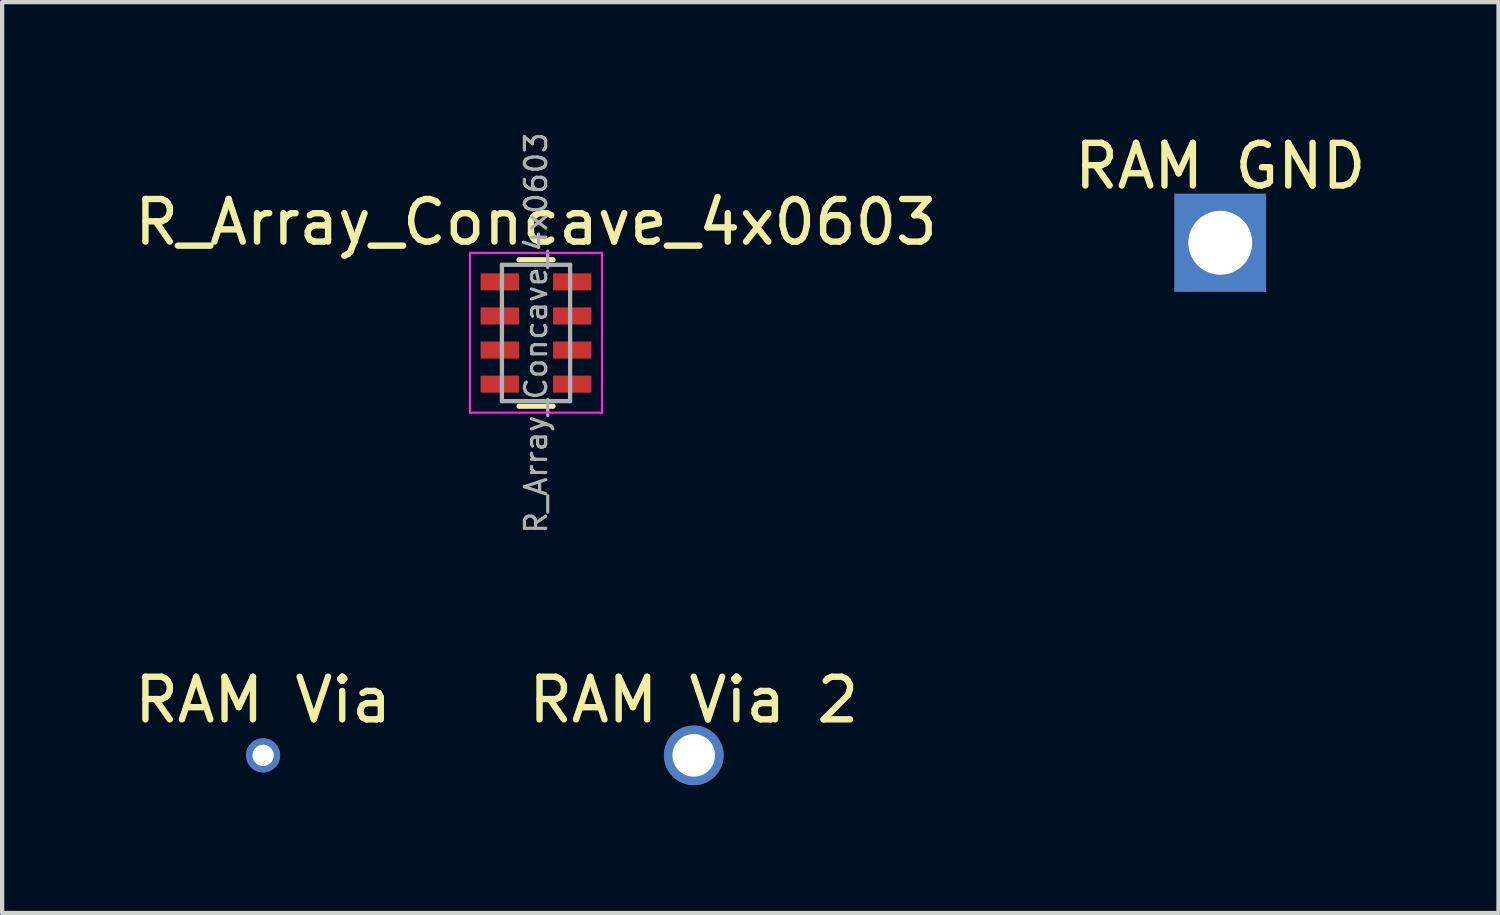
<source format=kicad_pcb>
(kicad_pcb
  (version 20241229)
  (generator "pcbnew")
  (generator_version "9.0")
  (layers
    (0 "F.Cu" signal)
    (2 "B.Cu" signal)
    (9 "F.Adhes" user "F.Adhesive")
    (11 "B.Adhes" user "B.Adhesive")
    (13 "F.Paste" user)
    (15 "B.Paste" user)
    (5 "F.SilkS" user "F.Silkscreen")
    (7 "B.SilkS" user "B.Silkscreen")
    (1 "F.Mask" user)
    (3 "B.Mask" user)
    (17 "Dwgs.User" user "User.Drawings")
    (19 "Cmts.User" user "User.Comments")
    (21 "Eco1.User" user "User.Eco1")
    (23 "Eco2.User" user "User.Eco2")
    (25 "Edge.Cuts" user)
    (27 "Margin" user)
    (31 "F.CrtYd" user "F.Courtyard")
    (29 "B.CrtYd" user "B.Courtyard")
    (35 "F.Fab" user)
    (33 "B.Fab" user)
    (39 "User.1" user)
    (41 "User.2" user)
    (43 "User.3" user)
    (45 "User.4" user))
  (footprint "RAM GND"
    (layer "F.Cu")
    (at 25.589 2.648)
    (property "Reference" "RAM GND" (at 0 -1.8 0) (unlocked yes) (layer "F.SilkS") (effects (font (size 1 1) (thickness 0.15))))
    (attr through_hole)
    (pad "1" thru_hole rect (at 0 0) (size 2.15 2.3) (drill 1.5) (layers "*.Cu" "*.Mask")))
  (footprint "R_Array_Concave_4x0603"
    (layer "F.Cu")
    (at 9.53 4.765)
    (property "Reference" "R_Array_Concave_4x0603" (at 0 -2.6 0) (layer "F.SilkS") (effects (font (size 1 1) (thickness 0.15))))
    (attr smd)
    (fp_line (start 0.4 -1.72) (end -0.4 -1.72) (stroke (width 0.12) (type solid)) (layer "F.SilkS"))
    (fp_line (start 0.4 1.72) (end -0.4 1.72) (stroke (width 0.12) (type solid)) (layer "F.SilkS"))
    (fp_line (start -1.55 -1.88) (end -1.55 1.87) (stroke (width 0.05) (type solid)) (layer "F.CrtYd"))
    (fp_line (start -1.55 -1.88) (end 1.55 -1.88) (stroke (width 0.05) (type solid)) (layer "F.CrtYd"))
    (fp_line (start 1.55 1.87) (end -1.55 1.87) (stroke (width 0.05) (type solid)) (layer "F.CrtYd"))
    (fp_line (start 1.55 1.87) (end 1.55 -1.88) (stroke (width 0.05) (type solid)) (layer "F.CrtYd"))
    (fp_line (start -0.8 -1.6) (end 0.8 -1.6) (stroke (width 0.1) (type solid)) (layer "F.Fab"))
    (fp_line (start -0.8 1.6) (end -0.8 -1.6) (stroke (width 0.1) (type solid)) (layer "F.Fab"))
    (fp_line (start 0.8 -1.6) (end 0.8 1.6) (stroke (width 0.1) (type solid)) (layer "F.Fab"))
    (fp_line (start 0.8 1.6) (end -0.8 1.6) (stroke (width 0.1) (type solid)) (layer "F.Fab"))
    (fp_text user "${REFERENCE}" (at 0 0 90) (layer "F.Fab") (effects (font (size 0.5 0.5) (thickness 0.075))))
    (pad "1" smd rect (at 0.85 -1.2) (size 0.9 0.4) (layers "F.Cu" "F.Mask" "F.Paste"))
    (pad "1" smd rect (at 0.85 -0.4) (size 0.9 0.4) (layers "F.Cu" "F.Mask" "F.Paste"))
    (pad "1" smd rect (at 0.85 0.4) (size 0.9 0.4) (layers "F.Cu" "F.Mask" "F.Paste"))
    (pad "1" smd rect (at 0.85 1.2) (size 0.9 0.4) (layers "F.Cu" "F.Mask" "F.Paste"))
    (pad "2" smd rect (at -0.85 -1.2) (size 0.9 0.4) (layers "F.Cu" "F.Mask" "F.Paste"))
    (pad "3" smd rect (at -0.85 -0.4) (size 0.9 0.4) (layers "F.Cu" "F.Mask" "F.Paste"))
    (pad "4" smd rect (at -0.85 0.4) (size 0.9 0.4) (layers "F.Cu" "F.Mask" "F.Paste"))
    (pad "5" smd rect (at -0.85 1.2) (size 0.9 0.4) (layers "F.Cu" "F.Mask" "F.Paste")))
  (footprint "RAM Via 2"
    (layer "F.Cu")
    (at 13.232 14.678)
    (property "Reference" "RAM Via 2" (at 0 -1.3 0) (unlocked yes) (layer "F.SilkS") (effects (font (size 1 1) (thickness 0.15))))
    (attr through_hole)
    (pad "1" thru_hole circle (at 0 0) (size 1.4 1.4) (drill 1) (layers "*.Cu" "*.Mask")))
  (footprint "RAM Via"
    (layer "F.Cu")
    (at 3.125 14.678)
    (property "Reference" "RAM Via" (at 0 -1.3 0) (unlocked yes) (layer "F.SilkS") (effects (font (size 1 1) (thickness 0.15))))
    (attr through_hole)
    (pad "1" thru_hole circle (at 0 0) (size 0.8 0.8) (drill 0.5) (layers "*.Cu" "*.Mask")))
  (gr_rect
    (start -3 -3)
    (end 32.119 18.378)
    (stroke (width 0.1) (type default))
    (fill no)
    (layer "Edge.Cuts")))
</source>
